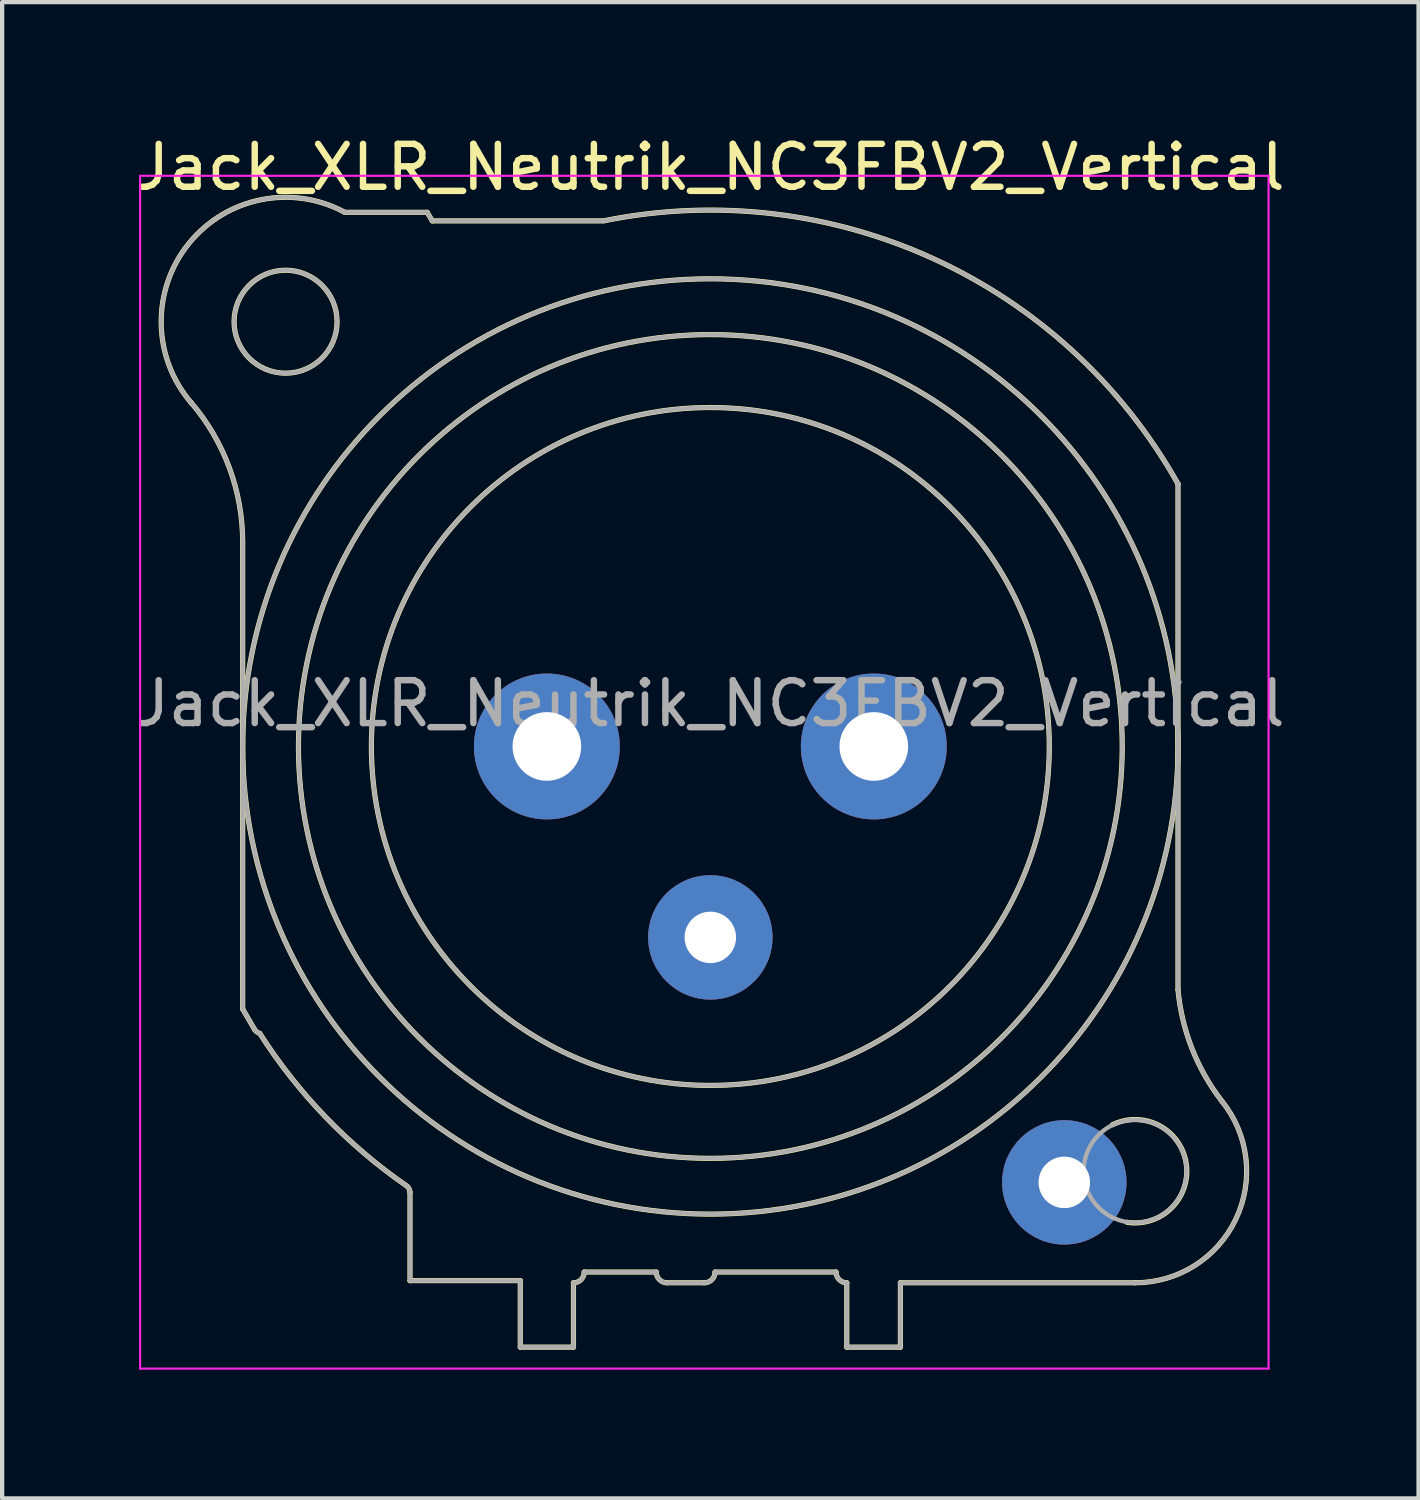
<source format=kicad_pcb>
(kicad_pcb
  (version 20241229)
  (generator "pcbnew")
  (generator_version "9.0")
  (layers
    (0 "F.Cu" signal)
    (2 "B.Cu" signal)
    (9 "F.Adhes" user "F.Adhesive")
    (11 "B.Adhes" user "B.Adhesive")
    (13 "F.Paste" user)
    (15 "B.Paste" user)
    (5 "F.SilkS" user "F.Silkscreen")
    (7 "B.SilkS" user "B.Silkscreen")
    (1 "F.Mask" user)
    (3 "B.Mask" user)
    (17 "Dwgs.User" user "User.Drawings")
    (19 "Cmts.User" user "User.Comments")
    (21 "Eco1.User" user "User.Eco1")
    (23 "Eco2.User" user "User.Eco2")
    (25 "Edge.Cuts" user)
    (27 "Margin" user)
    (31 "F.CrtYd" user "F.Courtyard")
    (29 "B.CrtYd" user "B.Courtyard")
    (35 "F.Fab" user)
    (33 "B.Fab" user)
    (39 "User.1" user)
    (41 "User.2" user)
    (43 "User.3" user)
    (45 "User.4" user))
  (footprint "Jack_XLR_Neutrik_NC3FBV2_Vertical"
    (layer "F.Cu")
    (at 17.316 14.348)
    (property "Reference" "Jack_XLR_Neutrik_NC3FBV2_Vertical" (at -3.81 -13.5 0) (layer "F.SilkS") (effects (font (size 1 1) (thickness 0.15))))
    (attr through_hole)
    (fp_line (start -14.71 -4.76) (end -14.71 6.12) (stroke (width 0.12) (type solid)) (layer "F.SilkS"))
    (fp_line (start -14.71 6.12) (end -14.43 6.6) (stroke (width 0.12) (type solid)) (layer "F.SilkS"))
    (fp_line (start -10.81 10.39) (end -10.81 12.45) (stroke (width 0.12) (type solid)) (layer "F.SilkS"))
    (fp_line (start -10.81 12.45) (end -8.24 12.45) (stroke (width 0.12) (type solid)) (layer "F.SilkS"))
    (fp_line (start -10.41 -12.45) (end -12.33 -12.45) (stroke (width 0.12) (type solid)) (layer "F.SilkS"))
    (fp_line (start -10.29 -12.25) (end -10.41 -12.45) (stroke (width 0.12) (type solid)) (layer "F.SilkS"))
    (fp_line (start -8.24 12.45) (end -8.24 14) (stroke (width 0.12) (type solid)) (layer "F.SilkS"))
    (fp_line (start -7 14) (end -8.24 14) (stroke (width 0.12) (type solid)) (layer "F.SilkS"))
    (fp_line (start -7 14) (end -7 12.5) (stroke (width 0.12) (type solid)) (layer "F.SilkS"))
    (fp_line (start -6.75 12.25) (end -5.07 12.25) (stroke (width 0.12) (type solid)) (layer "F.SilkS"))
    (fp_line (start -6.3 -12.25) (end -10.29 -12.25) (stroke (width 0.12) (type solid)) (layer "F.SilkS"))
    (fp_line (start -4.82 12.5) (end -3.95 12.5) (stroke (width 0.12) (type solid)) (layer "F.SilkS"))
    (fp_line (start -3.7 12.25) (end -0.88 12.25) (stroke (width 0.12) (type solid)) (layer "F.SilkS"))
    (fp_line (start -0.63 12.5) (end -0.63 14) (stroke (width 0.12) (type solid)) (layer "F.SilkS"))
    (fp_line (start 0.62 12.5) (end 6.09 12.5) (stroke (width 0.12) (type solid)) (layer "F.SilkS"))
    (fp_line (start 0.62 14) (end -0.63 14) (stroke (width 0.12) (type solid)) (layer "F.SilkS"))
    (fp_line (start 0.62 14) (end 0.62 12.5) (stroke (width 0.12) (type solid)) (layer "F.SilkS"))
    (fp_line (start 7.09 5.67) (end 7.09 -6.12) (stroke (width 0.12) (type solid)) (layer "F.SilkS"))
    (fp_arc (start -15.916051 -8.020379) (mid -15.021177 -6.498148) (end -14.71 -4.76) (stroke (width 0.12) (type solid)) (layer "F.SilkS"))
    (fp_arc (start -15.908884 -8.010077) (mid -15.967404 -11.719623) (end -12.33 -12.45) (stroke (width 0.12) (type solid)) (layer "F.SilkS"))
    (fp_arc (start -14.313753 6.685219) (mid -14.379716 6.653303) (end -14.43 6.6) (stroke (width 0.12) (type solid)) (layer "F.SilkS"))
    (fp_arc (start -10.879208 10.248532) (mid -12.772983 8.641241) (end -14.31 6.69) (stroke (width 0.12) (type solid)) (layer "F.SilkS"))
    (fp_arc (start -10.874359 10.252686) (mid -10.828679 10.315015) (end -10.81 10.39) (stroke (width 0.12) (type solid)) (layer "F.SilkS"))
    (fp_arc (start -6.75 12.25) (mid -6.823223 12.426777) (end -7 12.5) (stroke (width 0.12) (type solid)) (layer "F.SilkS"))
    (fp_arc (start -6.283571 -12.253402) (mid 1.401126 -11.362596) (end 7.09 -6.12) (stroke (width 0.12) (type solid)) (layer "F.SilkS"))
    (fp_arc (start -4.82 12.5) (mid -4.996777 12.426777) (end -5.07 12.25) (stroke (width 0.12) (type solid)) (layer "F.SilkS"))
    (fp_arc (start -3.7 12.25) (mid -3.773223 12.426777) (end -3.95 12.5) (stroke (width 0.12) (type solid)) (layer "F.SilkS"))
    (fp_arc (start -0.63 12.5) (mid -0.806777 12.426777) (end -0.88 12.25) (stroke (width 0.12) (type solid)) (layer "F.SilkS"))
    (fp_arc (start 5.563083 8.81623) (mid 7.282057 9.723366) (end 5.9 11.09) (stroke (width 0.12) (type solid)) (layer "F.SilkS"))
    (fp_arc (start 8.110579 8.263767) (mid 8.436721 11.019329) (end 6.09 12.5) (stroke (width 0.12) (type solid)) (layer "F.SilkS"))
    (fp_arc (start 8.111727 8.266808) (mid 7.416073 7.041111) (end 7.09 5.67) (stroke (width 0.12) (type solid)) (layer "F.SilkS"))
    (fp_circle (center -13.71 -9.9) (end -12.51 -9.9) (stroke (width 0.12) (type solid)) (fill no) (layer "F.SilkS"))
    (fp_circle (center -3.81 0) (end 4.09 0) (stroke (width 0.12) (type solid)) (fill no) (layer "F.SilkS"))
    (fp_circle (center -3.81 0) (end 5.79 0) (stroke (width 0.12) (type solid)) (fill no) (layer "F.SilkS"))
    (fp_circle (center -3.81 0) (end 7.09 0) (stroke (width 0.12) (type solid)) (fill no) (layer "F.SilkS"))
    (fp_line (start -17.1 -13.3) (end 9.2 -13.3) (stroke (width 0.05) (type solid)) (layer "F.CrtYd"))
    (fp_line (start -17.1 14.5) (end -17.1 -13.3) (stroke (width 0.05) (type solid)) (layer "F.CrtYd"))
    (fp_line (start 9.2 -13.3) (end 9.2 14.5) (stroke (width 0.05) (type solid)) (layer "F.CrtYd"))
    (fp_line (start 9.2 14.5) (end -17.1 14.5) (stroke (width 0.05) (type solid)) (layer "F.CrtYd"))
    (fp_line (start -14.71 -4.76) (end -14.71 6.12) (stroke (width 0.1) (type solid)) (layer "F.Fab"))
    (fp_line (start -14.71 6.12) (end -14.43 6.6) (stroke (width 0.1) (type solid)) (layer "F.Fab"))
    (fp_line (start -10.81 10.39) (end -10.81 12.45) (stroke (width 0.1) (type solid)) (layer "F.Fab"))
    (fp_line (start -10.81 12.45) (end -8.24 12.45) (stroke (width 0.1) (type solid)) (layer "F.Fab"))
    (fp_line (start -10.41 -12.45) (end -12.33 -12.45) (stroke (width 0.1) (type solid)) (layer "F.Fab"))
    (fp_line (start -10.29 -12.25) (end -10.41 -12.45) (stroke (width 0.1) (type solid)) (layer "F.Fab"))
    (fp_line (start -8.24 12.45) (end -8.24 14) (stroke (width 0.1) (type solid)) (layer "F.Fab"))
    (fp_line (start -7 14) (end -8.24 14) (stroke (width 0.1) (type solid)) (layer "F.Fab"))
    (fp_line (start -7 14) (end -7 12.5) (stroke (width 0.1) (type solid)) (layer "F.Fab"))
    (fp_line (start -6.75 12.25) (end -5.07 12.25) (stroke (width 0.1) (type solid)) (layer "F.Fab"))
    (fp_line (start -6.3 -12.25) (end -10.29 -12.25) (stroke (width 0.1) (type solid)) (layer "F.Fab"))
    (fp_line (start -4.82 12.5) (end -3.95 12.5) (stroke (width 0.1) (type solid)) (layer "F.Fab"))
    (fp_line (start -3.7 12.25) (end -0.88 12.25) (stroke (width 0.1) (type solid)) (layer "F.Fab"))
    (fp_line (start -0.63 12.5) (end -0.63 14) (stroke (width 0.1) (type solid)) (layer "F.Fab"))
    (fp_line (start 0.62 12.5) (end 6.09 12.5) (stroke (width 0.1) (type solid)) (layer "F.Fab"))
    (fp_line (start 0.62 14) (end -0.63 14) (stroke (width 0.1) (type solid)) (layer "F.Fab"))
    (fp_line (start 0.62 14) (end 0.62 12.5) (stroke (width 0.1) (type solid)) (layer "F.Fab"))
    (fp_line (start 7.09 5.67) (end 7.09 -6.12) (stroke (width 0.1) (type solid)) (layer "F.Fab"))
    (fp_arc (start -15.916051 -8.020379) (mid -15.021177 -6.498148) (end -14.71 -4.76) (stroke (width 0.1) (type solid)) (layer "F.Fab"))
    (fp_arc (start -15.908884 -8.010077) (mid -15.967404 -11.719623) (end -12.33 -12.45) (stroke (width 0.1) (type solid)) (layer "F.Fab"))
    (fp_arc (start -14.313753 6.685219) (mid -14.379716 6.653303) (end -14.43 6.6) (stroke (width 0.1) (type solid)) (layer "F.Fab"))
    (fp_arc (start -10.879208 10.248532) (mid -12.772983 8.641241) (end -14.31 6.69) (stroke (width 0.1) (type solid)) (layer "F.Fab"))
    (fp_arc (start -10.874359 10.252686) (mid -10.828679 10.315015) (end -10.81 10.39) (stroke (width 0.1) (type solid)) (layer "F.Fab"))
    (fp_arc (start -6.75 12.25) (mid -6.823223 12.426777) (end -7 12.5) (stroke (width 0.1) (type solid)) (layer "F.Fab"))
    (fp_arc (start -6.283571 -12.253402) (mid 1.401126 -11.362596) (end 7.09 -6.12) (stroke (width 0.1) (type solid)) (layer "F.Fab"))
    (fp_arc (start -4.82 12.5) (mid -4.996777 12.426777) (end -5.07 12.25) (stroke (width 0.1) (type solid)) (layer "F.Fab"))
    (fp_arc (start -3.7 12.25) (mid -3.773223 12.426777) (end -3.95 12.5) (stroke (width 0.1) (type solid)) (layer "F.Fab"))
    (fp_arc (start -0.63 12.5) (mid -0.806777 12.426777) (end -0.88 12.25) (stroke (width 0.1) (type solid)) (layer "F.Fab"))
    (fp_arc (start 8.110579 8.263767) (mid 8.436721 11.019329) (end 6.09 12.5) (stroke (width 0.1) (type solid)) (layer "F.Fab"))
    (fp_arc (start 8.111727 8.266808) (mid 7.416073 7.041111) (end 7.09 5.67) (stroke (width 0.1) (type solid)) (layer "F.Fab"))
    (fp_circle (center -13.71 -9.9) (end -12.51 -9.9) (stroke (width 0.1) (type solid)) (fill no) (layer "F.Fab"))
    (fp_circle (center -3.81 0) (end 4.09 0) (stroke (width 0.1) (type solid)) (fill no) (layer "F.Fab"))
    (fp_circle (center -3.81 0) (end 5.79 0) (stroke (width 0.1) (type solid)) (fill no) (layer "F.Fab"))
    (fp_circle (center -3.81 0) (end 7.09 0) (stroke (width 0.1) (type solid)) (fill no) (layer "F.Fab"))
    (fp_circle (center 6.09 9.9) (end 7.29 9.9) (stroke (width 0.1) (type solid)) (fill no) (layer "F.Fab"))
    (fp_text user "${REFERENCE}" (at -3.81 -1 0) (layer "F.Fab") (effects (font (size 1 1) (thickness 0.15))))
    (pad "1" thru_hole circle (at 0 0) (size 3.4 3.4) (drill 1.6) (layers "*.Cu" "*.Mask"))
    (pad "2" thru_hole circle (at -7.62 0) (size 3.4 3.4) (drill 1.6) (layers "*.Cu" "*.Mask"))
    (pad "3" thru_hole circle (at -3.81 4.45) (size 2.9 2.9) (drill 1.2) (layers "*.Cu" "*.Mask"))
    (pad "G" thru_hole circle (at 4.44 10.16) (size 2.9 2.9) (drill 1.2) (layers "*.Cu" "*.Mask")))
  (gr_rect
    (start -3 -3)
    (end 30.012 31.873)
    (stroke (width 0.1) (type default))
    (fill no)
    (layer "Edge.Cuts")))
</source>
